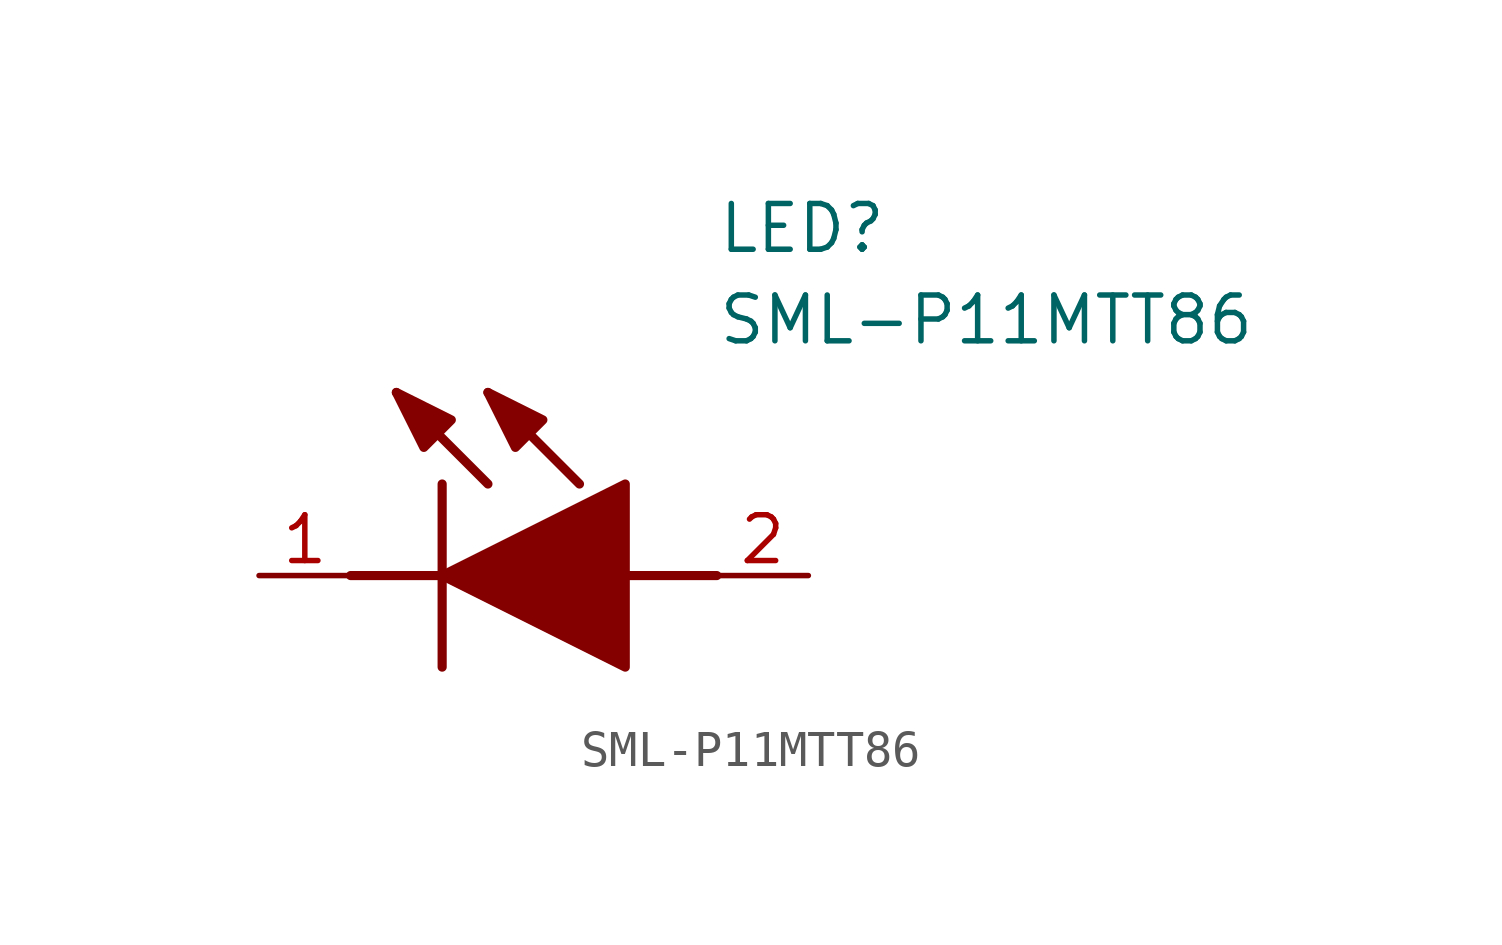
<source format=kicad_sym>
(kicad_symbol_lib
  (version 20211014)
  (generator SamacSys_ECAD_Model)
  (symbol "SML-P11MTT86"
    (pin_names hide)
    (property "Reference" "LED"
      (at 12.7 8.89 0)
      (effects (font (size 1.27 1.27)) (justify left bottom)))
    (property "Value" "SML-P11MTT86"
      (at 12.7 6.35 0)
      (effects (font (size 1.27 1.27)) (justify left bottom)))
    (polyline
      (pts (xy 5.08 2.54) (xy 5.08 -2.54))
      (stroke (width 0.254) (type default))
      (fill (type none)))
    (polyline
      (pts (xy 6.35 2.54) (xy 3.81 5.08))
      (stroke (width 0.254) (type default))
      (fill (type none)))
    (polyline
      (pts (xy 8.89 2.54) (xy 6.35 5.08))
      (stroke (width 0.254) (type default))
      (fill (type none)))
    (polyline
      (pts (xy 2.54 0) (xy 5.08 0))
      (stroke (width 0.254) (type default))
      (fill (type none)))
    (polyline
      (pts (xy 10.16 0) (xy 12.7 0))
      (stroke (width 0.254) (type default))
      (fill (type none)))
    (polyline
      (pts (xy 5.08 0) (xy 10.16 2.54) (xy 10.16 -2.54) (xy 5.08 0))
      (stroke (width 0.254) (type default))
      (fill (type outline)))
    (polyline
      (pts (xy 5.334 4.318) (xy 4.572 3.556) (xy 3.81 5.08) (xy 5.334 4.318))
      (stroke (width 0.254) (type default))
      (fill (type outline)))
    (polyline
      (pts (xy 7.874 4.318) (xy 7.112 3.556) (xy 6.35 5.08) (xy 7.874 4.318))
      (stroke (width 0.254) (type default))
      (fill (type outline)))
    (pin passive line
      (at 0 0 0)
      (length 2.54)
      (name "K" (effects (font (size 1.27 1.27))))
      (number "1" (effects (font (size 1.27 1.27)))))
    (pin passive line
      (at 15.24 0 180)
      (length 2.54)
      (name "A" (effects (font (size 1.27 1.27))))
      (number "2" (effects (font (size 1.27 1.27)))))))
</source>
